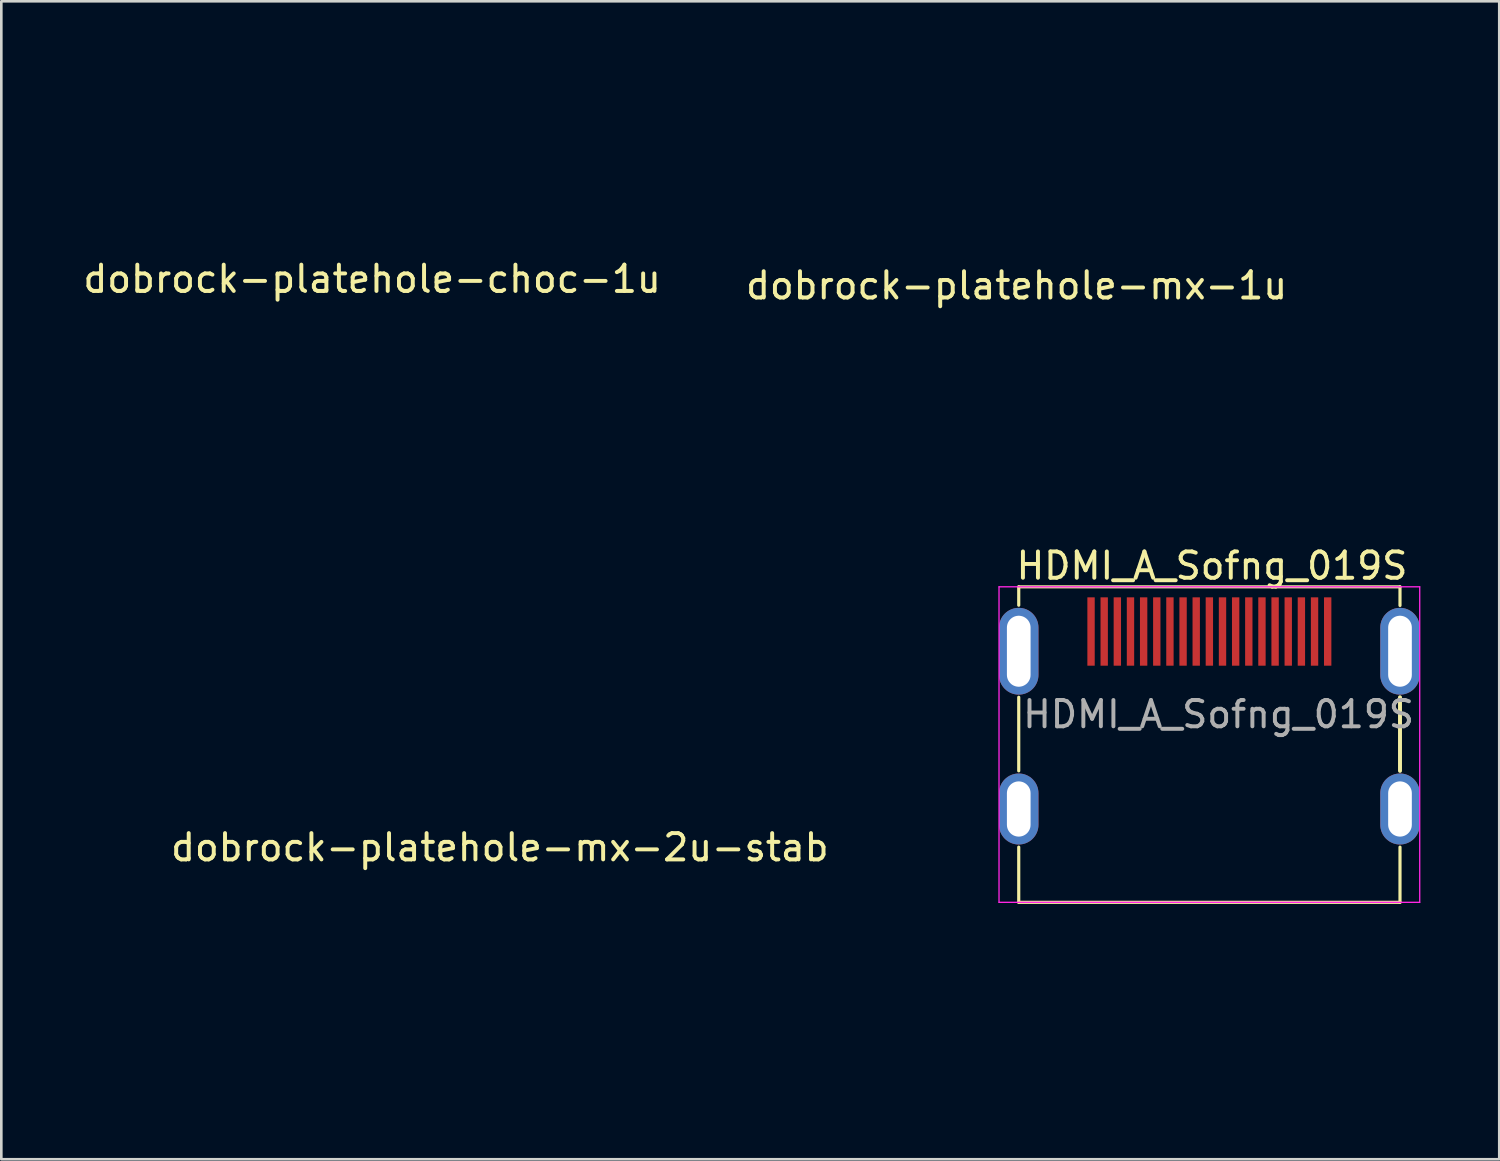
<source format=kicad_pcb>
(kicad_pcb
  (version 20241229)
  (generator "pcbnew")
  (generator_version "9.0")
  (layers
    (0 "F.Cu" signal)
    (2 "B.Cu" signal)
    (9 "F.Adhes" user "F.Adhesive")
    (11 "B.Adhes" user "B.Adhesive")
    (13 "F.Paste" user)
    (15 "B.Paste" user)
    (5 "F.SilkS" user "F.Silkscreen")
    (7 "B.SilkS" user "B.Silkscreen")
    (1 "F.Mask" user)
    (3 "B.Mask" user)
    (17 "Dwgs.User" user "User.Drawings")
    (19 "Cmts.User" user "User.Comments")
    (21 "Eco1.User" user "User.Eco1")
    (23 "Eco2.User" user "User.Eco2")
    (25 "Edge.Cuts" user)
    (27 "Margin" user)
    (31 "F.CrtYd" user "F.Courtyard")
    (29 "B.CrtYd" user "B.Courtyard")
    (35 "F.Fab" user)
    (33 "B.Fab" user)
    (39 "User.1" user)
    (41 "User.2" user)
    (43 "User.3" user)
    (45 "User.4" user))
  (footprint "dobrock-platehole-choc-1u"
    (layer "F.Cu")
    (at 11.101 7.06)
    (property "Reference" "dobrock-platehole-choc-1u" (at 0 0.5 0) (layer "F.SilkS") (effects (font (size 1 1) (thickness 0.15))))
    (attr through_hole)
    (fp_line (start -7 6.7) (end -7 -6.7) (stroke (width 0.12) (type solid)) (layer "Eco1.User"))
    (fp_line (start -6.7 -7) (end 6.7 -7) (stroke (width 0.12) (type solid)) (layer "Eco1.User"))
    (fp_line (start 6.7 7) (end -6.7 7) (stroke (width 0.12) (type solid)) (layer "Eco1.User"))
    (fp_line (start 7 -6.7) (end 7 6.7) (stroke (width 0.12) (type solid)) (layer "Eco1.User"))
    (fp_arc (start -7 -6.7) (mid -6.912132 -6.912132) (end -6.7 -7) (stroke (width 0.12) (type solid)) (layer "Eco1.User"))
    (fp_arc (start -6.7 7) (mid -6.912132 6.912132) (end -7 6.7) (stroke (width 0.12) (type solid)) (layer "Eco1.User"))
    (fp_arc (start 6.7 -7) (mid 6.912132 -6.912132) (end 7 -6.7) (stroke (width 0.12) (type solid)) (layer "Eco1.User"))
    (fp_arc (start 7 6.7) (mid 6.912132 6.912132) (end 6.7 7) (stroke (width 0.12) (type solid)) (layer "Eco1.User"))
    (fp_text user "w14, h14" (at -0.1 -5.35 0) (layer "Eco2.User") (effects (font (size 1 1) (thickness 0.15)))))
  (footprint "dobrock-platehole-mx-1u"
    (layer "F.Cu")
    (at 35.613 7.31)
    (property "Reference" "dobrock-platehole-mx-1u" (at 0 0.5 0) (layer "F.SilkS") (effects (font (size 1 1) (thickness 0.15))))
    (attr through_hole)
    (fp_line (start -7 6.95) (end -7 -6.95) (stroke (width 0.12) (type solid)) (layer "Eco1.User"))
    (fp_line (start -6.7 -7.25) (end 6.7 -7.25) (stroke (width 0.12) (type solid)) (layer "Eco1.User"))
    (fp_line (start 6.7 7.25) (end -6.7 7.25) (stroke (width 0.12) (type solid)) (layer "Eco1.User"))
    (fp_line (start 7 -6.95) (end 7 6.95) (stroke (width 0.12) (type solid)) (layer "Eco1.User"))
    (fp_arc (start -7 -6.95) (mid -6.912132 -7.162132) (end -6.7 -7.25) (stroke (width 0.12) (type solid)) (layer "Eco1.User"))
    (fp_arc (start -6.7 7.25) (mid -6.912132 7.162132) (end -7 6.95) (stroke (width 0.12) (type solid)) (layer "Eco1.User"))
    (fp_arc (start 6.7 -7.25) (mid 6.912132 -7.162132) (end 7 -6.95) (stroke (width 0.12) (type solid)) (layer "Eco1.User"))
    (fp_arc (start 7 6.95) (mid 6.912132 7.162132) (end 6.7 7.25) (stroke (width 0.12) (type solid)) (layer "Eco1.User"))
    (fp_text user "w14, h14.5" (at -0.1 -5.35 0) (layer "Eco2.User") (effects (font (size 1 1) (thickness 0.15)))))
  (footprint "HDMI_A_Sofng_019S"
    (layer "F.Cu")
    (at 42.945 24.268)
    (property "Reference" "HDMI_A_Sofng_019S" (at 0.1 -5.8 0) (layer "F.SilkS") (effects (font (size 1 1) (thickness 0.15))))
    (attr smd)
    (fp_line (start -7.25 -5) (end 7.25 -5) (stroke (width 0.12) (type solid)) (layer "F.SilkS"))
    (fp_line (start -7.25 -4.3) (end -7.25 -5) (stroke (width 0.12) (type solid)) (layer "F.SilkS"))
    (fp_line (start -7.25 2) (end -7.25 -0.8) (stroke (width 0.12) (type solid)) (layer "F.SilkS"))
    (fp_line (start -7.25 7) (end -7.25 4.9) (stroke (width 0.12) (type solid)) (layer "F.SilkS"))
    (fp_line (start -7.25 7) (end 7.25 7) (stroke (width 0.12) (type solid)) (layer "F.SilkS"))
    (fp_line (start 7.25 -5) (end 7.25 -4.29) (stroke (width 0.12) (type solid)) (layer "F.SilkS"))
    (fp_line (start 7.25 -0.8) (end 7.25 2) (stroke (width 0.15) (type solid)) (layer "F.SilkS"))
    (fp_line (start 7.25 4.9) (end 7.25 7) (stroke (width 0.12) (type solid)) (layer "F.SilkS"))
    (fp_line (start -8 -5) (end -8 7) (stroke (width 0.05) (type solid)) (layer "F.CrtYd"))
    (fp_line (start -8 7) (end 8 7) (stroke (width 0.05) (type solid)) (layer "F.CrtYd"))
    (fp_line (start 8 -5) (end -8 -5) (stroke (width 0.05) (type solid)) (layer "F.CrtYd"))
    (fp_line (start 8 7) (end 8 -5) (stroke (width 0.05) (type solid)) (layer "F.CrtYd"))
    (fp_text user "${REFERENCE}" (at 0.35 -0.15 0) (layer "F.Fab") (effects (font (size 1 1) (thickness 0.15))))
    (pad "1" smd rect (at 4.5 -3.3) (size 0.28 2.6) (layers "F.Cu" "F.Mask" "F.Paste"))
    (pad "2" smd rect (at 4 -3.3) (size 0.28 2.6) (layers "F.Cu" "F.Mask" "F.Paste"))
    (pad "3" smd rect (at 3.5 -3.3) (size 0.28 2.6) (layers "F.Cu" "F.Mask" "F.Paste"))
    (pad "4" smd rect (at 3 -3.3) (size 0.28 2.6) (layers "F.Cu" "F.Mask" "F.Paste"))
    (pad "5" smd rect (at 2.5 -3.3) (size 0.28 2.6) (layers "F.Cu" "F.Mask" "F.Paste"))
    (pad "6" smd rect (at 2 -3.3) (size 0.28 2.6) (layers "F.Cu" "F.Mask" "F.Paste"))
    (pad "7" smd rect (at 1.5 -3.3) (size 0.28 2.6) (layers "F.Cu" "F.Mask" "F.Paste"))
    (pad "8" smd rect (at 1 -3.3) (size 0.28 2.6) (layers "F.Cu" "F.Mask" "F.Paste"))
    (pad "9" smd rect (at 0.5 -3.3) (size 0.28 2.6) (layers "F.Cu" "F.Mask" "F.Paste"))
    (pad "10" smd rect (at 0 -3.3) (size 0.28 2.6) (layers "F.Cu" "F.Mask" "F.Paste"))
    (pad "11" smd rect (at -0.5 -3.3) (size 0.28 2.6) (layers "F.Cu" "F.Mask" "F.Paste"))
    (pad "12" smd rect (at -1 -3.3) (size 0.28 2.6) (layers "F.Cu" "F.Mask" "F.Paste"))
    (pad "13" smd rect (at -1.5 -3.3) (size 0.28 2.6) (layers "F.Cu" "F.Mask" "F.Paste"))
    (pad "14" smd rect (at -2 -3.3) (size 0.28 2.6) (layers "F.Cu" "F.Mask" "F.Paste"))
    (pad "15" smd rect (at -2.5 -3.3) (size 0.28 2.6) (layers "F.Cu" "F.Mask" "F.Paste"))
    (pad "16" smd rect (at -3 -3.3) (size 0.28 2.6) (layers "F.Cu" "F.Mask" "F.Paste"))
    (pad "17" smd rect (at -3.5 -3.3) (size 0.28 2.6) (layers "F.Cu" "F.Mask" "F.Paste"))
    (pad "18" smd rect (at -4 -3.3) (size 0.28 2.6) (layers "F.Cu" "F.Mask" "F.Paste"))
    (pad "19" smd rect (at -4.5 -3.3) (size 0.28 2.6) (layers "F.Cu" "F.Mask" "F.Paste"))
    (pad "SH" thru_hole oval (at -7.25 -2.55) (size 1.5 3.3) (drill oval 0.9 2.7) (layers "*.Cu" "*.Mask"))
    (pad "SH" thru_hole oval (at -7.25 3.45) (size 1.5 2.7) (drill oval 0.9 2.1) (layers "*.Cu" "*.Mask"))
    (pad "SH" thru_hole oval (at 7.25 -2.55) (size 1.5 3.3) (drill oval 0.9 2.7) (layers "*.Cu" "*.Mask"))
    (pad "SH" thru_hole oval (at 7.25 3.45) (size 1.5 2.7) (drill oval 0.9 2.1) (layers "*.Cu" "*.Mask")))
  (footprint "dobrock-platehole-mx-2u-stab"
    (layer "F.Cu")
    (at 15.96 28.68)
    (property "Reference" "dobrock-platehole-mx-2u-stab" (at 0 0.5 0) (layer "F.SilkS") (effects (font (size 1 1) (thickness 0.15))))
    (attr through_hole)
    (fp_line (start -15.9 -10.7) (end -15.9 9) (stroke (width 0.12) (type solid)) (layer "Eco1.User"))
    (fp_line (start -15.6 -11) (end 15.6 -11) (stroke (width 0.12) (type solid)) (layer "Eco1.User"))
    (fp_line (start -7.3 9.3) (end -15.6 9.3) (stroke (width 0.12) (type solid)) (layer "Eco1.User"))
    (fp_line (start -7 7.6) (end -7 9) (stroke (width 0.12) (type solid)) (layer "Eco1.User"))
    (fp_line (start -6.7 7.3) (end 6.7 7.3) (stroke (width 0.12) (type solid)) (layer "Eco1.User"))
    (fp_line (start 7 7.6) (end 7 9) (stroke (width 0.12) (type solid)) (layer "Eco1.User"))
    (fp_line (start 7.3 9.3) (end 15.6 9.3) (stroke (width 0.12) (type solid)) (layer "Eco1.User"))
    (fp_line (start 15.9 -10.7) (end 15.9 9) (stroke (width 0.12) (type solid)) (layer "Eco1.User"))
    (fp_arc (start -15.9 -10.7) (mid -15.812132 -10.912132) (end -15.6 -11) (stroke (width 0.12) (type solid)) (layer "Eco1.User"))
    (fp_arc (start -15.6 9.3) (mid -15.812132 9.212132) (end -15.9 9) (stroke (width 0.12) (type solid)) (layer "Eco1.User"))
    (fp_arc (start -7 7.6) (mid -6.912132 7.387868) (end -6.7 7.3) (stroke (width 0.12) (type solid)) (layer "Eco1.User"))
    (fp_arc (start -7 9) (mid -7.087868 9.212132) (end -7.3 9.3) (stroke (width 0.12) (type solid)) (layer "Eco1.User"))
    (fp_arc (start 6.7 7.3) (mid 6.912132 7.387868) (end 7 7.6) (stroke (width 0.12) (type solid)) (layer "Eco1.User"))
    (fp_arc (start 7.3 9.3) (mid 7.087868 9.212132) (end 7 9) (stroke (width 0.12) (type solid)) (layer "Eco1.User"))
    (fp_arc (start 15.6 -11) (mid 15.812132 -10.912132) (end 15.9 -10.7) (stroke (width 0.12) (type solid)) (layer "Eco1.User"))
    (fp_arc (start 15.9 9) (mid 15.812132 9.212132) (end 15.6 9.3) (stroke (width 0.12) (type solid)) (layer "Eco1.User"))
    (fp_text user "w31.8, h20.3" (at -0.1 -5.35 0) (layer "Eco2.User") (effects (font (size 1 1) (thickness 0.15)))))
  (gr_rect
    (start -3 -3)
    (end 53.97 41.04)
    (stroke (width 0.1) (type default))
    (fill no)
    (layer "Edge.Cuts")))
</source>
